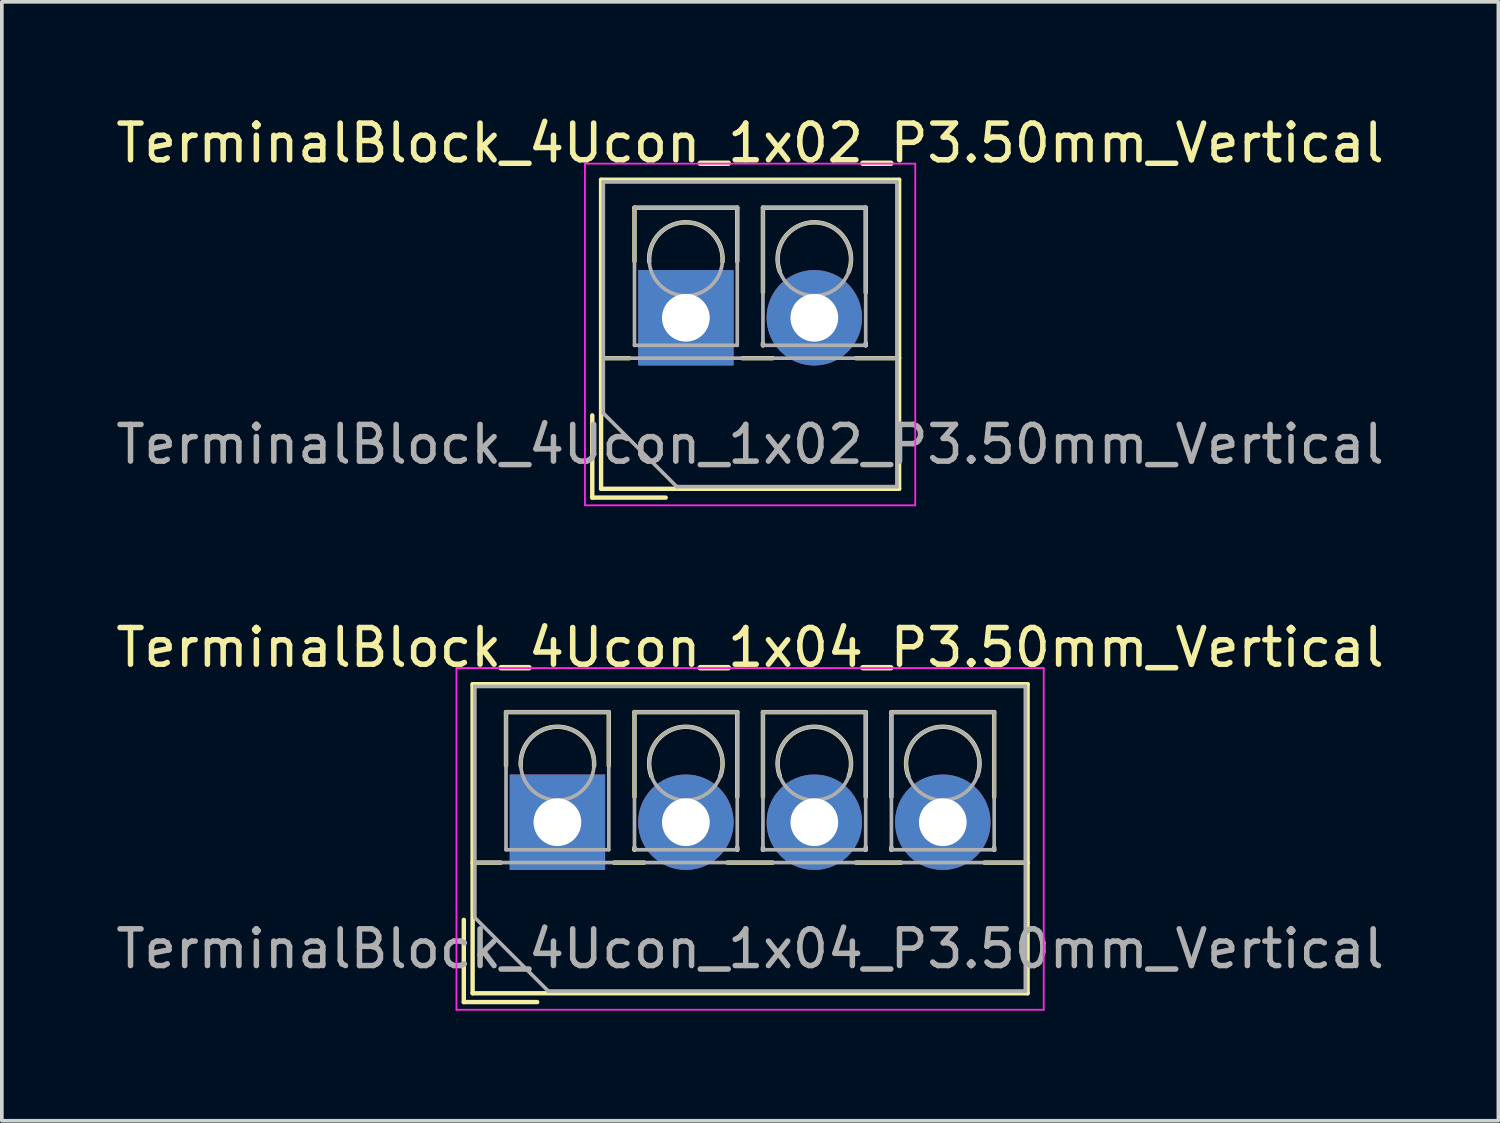
<source format=kicad_pcb>
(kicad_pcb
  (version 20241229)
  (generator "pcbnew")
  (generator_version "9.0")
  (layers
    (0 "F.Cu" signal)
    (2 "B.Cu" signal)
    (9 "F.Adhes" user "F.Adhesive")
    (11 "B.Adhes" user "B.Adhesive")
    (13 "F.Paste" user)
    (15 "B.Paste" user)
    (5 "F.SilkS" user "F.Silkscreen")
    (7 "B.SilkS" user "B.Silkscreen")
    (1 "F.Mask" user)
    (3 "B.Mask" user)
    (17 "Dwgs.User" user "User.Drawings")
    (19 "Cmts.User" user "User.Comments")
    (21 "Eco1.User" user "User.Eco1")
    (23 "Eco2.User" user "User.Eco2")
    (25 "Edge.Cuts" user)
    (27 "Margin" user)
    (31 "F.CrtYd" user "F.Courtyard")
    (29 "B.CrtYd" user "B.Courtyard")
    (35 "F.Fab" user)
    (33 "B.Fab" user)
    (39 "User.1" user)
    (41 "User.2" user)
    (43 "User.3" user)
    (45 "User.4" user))
  (footprint "TerminalBlock_4Ucon_1x04_P3.50mm_Vertical"
    (layer "F.Cu")
    (at 12.137 19.352)
    (property "Reference" "TerminalBlock_4Ucon_1x04_P3.50mm_Vertical" (at 5.25 -4.76 0) (layer "F.SilkS") (effects (font (size 1 1) (thickness 0.15))))
    (attr through_hole)
    (fp_line (start -2.55 2.66) (end -2.55 4.9) (stroke (width 0.12) (type solid)) (layer "F.SilkS"))
    (fp_line (start -2.55 4.9) (end -0.55 4.9) (stroke (width 0.12) (type solid)) (layer "F.SilkS"))
    (fp_line (start -2.31 -3.76) (end -2.31 4.66) (stroke (width 0.12) (type solid)) (layer "F.SilkS"))
    (fp_line (start -2.31 -3.76) (end 12.81 -3.76) (stroke (width 0.12) (type solid)) (layer "F.SilkS"))
    (fp_line (start -2.31 1.101) (end -1.54 1.101) (stroke (width 0.12) (type solid)) (layer "F.SilkS"))
    (fp_line (start -2.31 4.66) (end 12.81 4.66) (stroke (width 0.12) (type solid)) (layer "F.SilkS"))
    (fp_line (start -1.4 -3) (end -1.4 -1.54) (stroke (width 0.12) (type solid)) (layer "F.SilkS"))
    (fp_line (start -1.4 -3) (end 1.4 -3) (stroke (width 0.12) (type solid)) (layer "F.SilkS"))
    (fp_line (start 1.4 -3) (end 1.4 -1.54) (stroke (width 0.12) (type solid)) (layer "F.SilkS"))
    (fp_line (start 1.54 1.101) (end 2.367 1.101) (stroke (width 0.12) (type solid)) (layer "F.SilkS"))
    (fp_line (start 2.1 -3) (end 2.1 -0.689) (stroke (width 0.12) (type solid)) (layer "F.SilkS"))
    (fp_line (start 2.1 -3) (end 4.9 -3) (stroke (width 0.12) (type solid)) (layer "F.SilkS"))
    (fp_line (start 2.1 0.689) (end 2.1 0.75) (stroke (width 0.12) (type solid)) (layer "F.SilkS"))
    (fp_line (start 2.1 0.75) (end 2.101 0.75) (stroke (width 0.12) (type solid)) (layer "F.SilkS"))
    (fp_line (start 4.634 1.101) (end 5.867 1.101) (stroke (width 0.12) (type solid)) (layer "F.SilkS"))
    (fp_line (start 4.9 -3) (end 4.9 -0.689) (stroke (width 0.12) (type solid)) (layer "F.SilkS"))
    (fp_line (start 4.9 0.689) (end 4.9 0.75) (stroke (width 0.12) (type solid)) (layer "F.SilkS"))
    (fp_line (start 4.9 0.75) (end 4.9 0.75) (stroke (width 0.12) (type solid)) (layer "F.SilkS"))
    (fp_line (start 5.6 -3) (end 5.6 -0.689) (stroke (width 0.12) (type solid)) (layer "F.SilkS"))
    (fp_line (start 5.6 -3) (end 8.4 -3) (stroke (width 0.12) (type solid)) (layer "F.SilkS"))
    (fp_line (start 5.6 0.689) (end 5.6 0.75) (stroke (width 0.12) (type solid)) (layer "F.SilkS"))
    (fp_line (start 5.6 0.75) (end 5.601 0.75) (stroke (width 0.12) (type solid)) (layer "F.SilkS"))
    (fp_line (start 8.134 1.101) (end 9.367 1.101) (stroke (width 0.12) (type solid)) (layer "F.SilkS"))
    (fp_line (start 8.4 -3) (end 8.4 -0.689) (stroke (width 0.12) (type solid)) (layer "F.SilkS"))
    (fp_line (start 8.4 0.689) (end 8.4 0.75) (stroke (width 0.12) (type solid)) (layer "F.SilkS"))
    (fp_line (start 8.4 0.75) (end 8.4 0.75) (stroke (width 0.12) (type solid)) (layer "F.SilkS"))
    (fp_line (start 9.1 -3) (end 9.1 -0.689) (stroke (width 0.12) (type solid)) (layer "F.SilkS"))
    (fp_line (start 9.1 -3) (end 11.9 -3) (stroke (width 0.12) (type solid)) (layer "F.SilkS"))
    (fp_line (start 9.1 0.689) (end 9.1 0.75) (stroke (width 0.12) (type solid)) (layer "F.SilkS"))
    (fp_line (start 9.1 0.75) (end 9.101 0.75) (stroke (width 0.12) (type solid)) (layer "F.SilkS"))
    (fp_line (start 11.634 1.101) (end 12.81 1.101) (stroke (width 0.12) (type solid)) (layer "F.SilkS"))
    (fp_line (start 11.9 -3) (end 11.9 -0.689) (stroke (width 0.12) (type solid)) (layer "F.SilkS"))
    (fp_line (start 11.9 0.689) (end 11.9 0.75) (stroke (width 0.12) (type solid)) (layer "F.SilkS"))
    (fp_line (start 11.9 0.75) (end 11.9 0.75) (stroke (width 0.12) (type solid)) (layer "F.SilkS"))
    (fp_line (start 12.81 -3.76) (end 12.81 4.66) (stroke (width 0.12) (type solid)) (layer "F.SilkS"))
    (fp_arc (start -0.99789 -1.529434) (mid -0.000785 -2.600382) (end 0.998 -1.531) (stroke (width 0.12) (type solid)) (layer "F.SilkS"))
    (fp_arc (start 2.560085 -1.257767) (mid 3.499876 -2.600282) (end 4.44 -1.258) (stroke (width 0.12) (type solid)) (layer "F.SilkS"))
    (fp_arc (start 6.060085 -1.257767) (mid 6.999876 -2.600282) (end 7.94 -1.258) (stroke (width 0.12) (type solid)) (layer "F.SilkS"))
    (fp_arc (start 9.560085 -1.257767) (mid 10.499876 -2.600282) (end 11.44 -1.258) (stroke (width 0.12) (type solid)) (layer "F.SilkS"))
    (fp_line (start -2.75 -4.2) (end -2.75 5.11) (stroke (width 0.05) (type solid)) (layer "F.CrtYd"))
    (fp_line (start -2.75 5.11) (end 13.25 5.11) (stroke (width 0.05) (type solid)) (layer "F.CrtYd"))
    (fp_line (start 13.25 -4.2) (end -2.75 -4.2) (stroke (width 0.05) (type solid)) (layer "F.CrtYd"))
    (fp_line (start 13.25 5.11) (end 13.25 -4.2) (stroke (width 0.05) (type solid)) (layer "F.CrtYd"))
    (fp_line (start -2.25 -3.7) (end 12.75 -3.7) (stroke (width 0.1) (type solid)) (layer "F.Fab"))
    (fp_line (start -2.25 1.1) (end 12.75 1.1) (stroke (width 0.1) (type solid)) (layer "F.Fab"))
    (fp_line (start -2.25 2.6) (end -2.25 -3.7) (stroke (width 0.1) (type solid)) (layer "F.Fab"))
    (fp_line (start -1.4 -3) (end -1.4 0.75) (stroke (width 0.1) (type solid)) (layer "F.Fab"))
    (fp_line (start -1.4 0.75) (end 1.4 0.75) (stroke (width 0.1) (type solid)) (layer "F.Fab"))
    (fp_line (start -0.25 4.6) (end -2.25 2.6) (stroke (width 0.1) (type solid)) (layer "F.Fab"))
    (fp_line (start 1.4 -3) (end -1.4 -3) (stroke (width 0.1) (type solid)) (layer "F.Fab"))
    (fp_line (start 1.4 0.75) (end 1.4 -3) (stroke (width 0.1) (type solid)) (layer "F.Fab"))
    (fp_line (start 2.1 -3) (end 2.1 0.75) (stroke (width 0.1) (type solid)) (layer "F.Fab"))
    (fp_line (start 2.1 0.75) (end 4.9 0.75) (stroke (width 0.1) (type solid)) (layer "F.Fab"))
    (fp_line (start 4.9 -3) (end 2.1 -3) (stroke (width 0.1) (type solid)) (layer "F.Fab"))
    (fp_line (start 4.9 0.75) (end 4.9 -3) (stroke (width 0.1) (type solid)) (layer "F.Fab"))
    (fp_line (start 5.6 -3) (end 5.6 0.75) (stroke (width 0.1) (type solid)) (layer "F.Fab"))
    (fp_line (start 5.6 0.75) (end 8.4 0.75) (stroke (width 0.1) (type solid)) (layer "F.Fab"))
    (fp_line (start 8.4 -3) (end 5.6 -3) (stroke (width 0.1) (type solid)) (layer "F.Fab"))
    (fp_line (start 8.4 0.75) (end 8.4 -3) (stroke (width 0.1) (type solid)) (layer "F.Fab"))
    (fp_line (start 9.1 -3) (end 9.1 0.75) (stroke (width 0.1) (type solid)) (layer "F.Fab"))
    (fp_line (start 9.1 0.75) (end 11.9 0.75) (stroke (width 0.1) (type solid)) (layer "F.Fab"))
    (fp_line (start 11.9 -3) (end 9.1 -3) (stroke (width 0.1) (type solid)) (layer "F.Fab"))
    (fp_line (start 11.9 0.75) (end 11.9 -3) (stroke (width 0.1) (type solid)) (layer "F.Fab"))
    (fp_line (start 12.75 -3.7) (end 12.75 4.6) (stroke (width 0.1) (type solid)) (layer "F.Fab"))
    (fp_line (start 12.75 4.6) (end -0.25 4.6) (stroke (width 0.1) (type solid)) (layer "F.Fab"))
    (fp_circle (center 0 -1.6) (end 1 -1.6) (stroke (width 0.1) (type solid)) (fill no) (layer "F.Fab"))
    (fp_circle (center 3.5 -1.6) (end 4.5 -1.6) (stroke (width 0.1) (type solid)) (fill no) (layer "F.Fab"))
    (fp_circle (center 7 -1.6) (end 8 -1.6) (stroke (width 0.1) (type solid)) (fill no) (layer "F.Fab"))
    (fp_circle (center 10.5 -1.6) (end 11.5 -1.6) (stroke (width 0.1) (type solid)) (fill no) (layer "F.Fab"))
    (fp_text user "${REFERENCE}" (at 5.25 3.45 0) (layer "F.Fab") (effects (font (size 1 1) (thickness 0.15))))
    (pad "1" thru_hole rect (at 0 0) (size 2.6 2.6) (drill 1.3) (layers "*.Cu" "*.Mask"))
    (pad "2" thru_hole circle (at 3.5 0) (size 2.6 2.6) (drill 1.3) (layers "*.Cu" "*.Mask"))
    (pad "3" thru_hole circle (at 7 0) (size 2.6 2.6) (drill 1.3) (layers "*.Cu" "*.Mask"))
    (pad "4" thru_hole circle (at 10.5 0) (size 2.6 2.6) (drill 1.3) (layers "*.Cu" "*.Mask")))
  (footprint "TerminalBlock_4Ucon_1x02_P3.50mm_Vertical"
    (layer "F.Cu")
    (at 15.637 5.608)
    (property "Reference" "TerminalBlock_4Ucon_1x02_P3.50mm_Vertical" (at 1.75 -4.76 0) (layer "F.SilkS") (effects (font (size 1 1) (thickness 0.15))))
    (attr through_hole)
    (fp_line (start -2.55 2.66) (end -2.55 4.9) (stroke (width 0.12) (type solid)) (layer "F.SilkS"))
    (fp_line (start -2.55 4.9) (end -0.55 4.9) (stroke (width 0.12) (type solid)) (layer "F.SilkS"))
    (fp_line (start -2.31 -3.76) (end -2.31 4.66) (stroke (width 0.12) (type solid)) (layer "F.SilkS"))
    (fp_line (start -2.31 -3.76) (end 5.81 -3.76) (stroke (width 0.12) (type solid)) (layer "F.SilkS"))
    (fp_line (start -2.31 1.101) (end -1.54 1.101) (stroke (width 0.12) (type solid)) (layer "F.SilkS"))
    (fp_line (start -2.31 4.66) (end 5.81 4.66) (stroke (width 0.12) (type solid)) (layer "F.SilkS"))
    (fp_line (start -1.4 -3) (end -1.4 -1.54) (stroke (width 0.12) (type solid)) (layer "F.SilkS"))
    (fp_line (start -1.4 -3) (end 1.4 -3) (stroke (width 0.12) (type solid)) (layer "F.SilkS"))
    (fp_line (start 1.4 -3) (end 1.4 -1.54) (stroke (width 0.12) (type solid)) (layer "F.SilkS"))
    (fp_line (start 1.54 1.101) (end 2.367 1.101) (stroke (width 0.12) (type solid)) (layer "F.SilkS"))
    (fp_line (start 2.1 -3) (end 2.1 -0.689) (stroke (width 0.12) (type solid)) (layer "F.SilkS"))
    (fp_line (start 2.1 -3) (end 4.9 -3) (stroke (width 0.12) (type solid)) (layer "F.SilkS"))
    (fp_line (start 2.1 0.689) (end 2.1 0.75) (stroke (width 0.12) (type solid)) (layer "F.SilkS"))
    (fp_line (start 2.1 0.75) (end 2.101 0.75) (stroke (width 0.12) (type solid)) (layer "F.SilkS"))
    (fp_line (start 4.634 1.101) (end 5.81 1.101) (stroke (width 0.12) (type solid)) (layer "F.SilkS"))
    (fp_line (start 4.9 -3) (end 4.9 -0.689) (stroke (width 0.12) (type solid)) (layer "F.SilkS"))
    (fp_line (start 4.9 0.689) (end 4.9 0.75) (stroke (width 0.12) (type solid)) (layer "F.SilkS"))
    (fp_line (start 4.9 0.75) (end 4.9 0.75) (stroke (width 0.12) (type solid)) (layer "F.SilkS"))
    (fp_line (start 5.81 -3.76) (end 5.81 4.66) (stroke (width 0.12) (type solid)) (layer "F.SilkS"))
    (fp_arc (start -0.99789 -1.529434) (mid -0.000785 -2.600382) (end 0.998 -1.531) (stroke (width 0.12) (type solid)) (layer "F.SilkS"))
    (fp_arc (start 2.560085 -1.257767) (mid 3.499876 -2.600282) (end 4.44 -1.258) (stroke (width 0.12) (type solid)) (layer "F.SilkS"))
    (fp_line (start -2.75 -4.2) (end -2.75 5.11) (stroke (width 0.05) (type solid)) (layer "F.CrtYd"))
    (fp_line (start -2.75 5.11) (end 6.25 5.11) (stroke (width 0.05) (type solid)) (layer "F.CrtYd"))
    (fp_line (start 6.25 -4.2) (end -2.75 -4.2) (stroke (width 0.05) (type solid)) (layer "F.CrtYd"))
    (fp_line (start 6.25 5.11) (end 6.25 -4.2) (stroke (width 0.05) (type solid)) (layer "F.CrtYd"))
    (fp_line (start -2.25 -3.7) (end 5.75 -3.7) (stroke (width 0.1) (type solid)) (layer "F.Fab"))
    (fp_line (start -2.25 1.1) (end 5.75 1.1) (stroke (width 0.1) (type solid)) (layer "F.Fab"))
    (fp_line (start -2.25 2.6) (end -2.25 -3.7) (stroke (width 0.1) (type solid)) (layer "F.Fab"))
    (fp_line (start -1.4 -3) (end -1.4 0.75) (stroke (width 0.1) (type solid)) (layer "F.Fab"))
    (fp_line (start -1.4 0.75) (end 1.4 0.75) (stroke (width 0.1) (type solid)) (layer "F.Fab"))
    (fp_line (start -0.25 4.6) (end -2.25 2.6) (stroke (width 0.1) (type solid)) (layer "F.Fab"))
    (fp_line (start 1.4 -3) (end -1.4 -3) (stroke (width 0.1) (type solid)) (layer "F.Fab"))
    (fp_line (start 1.4 0.75) (end 1.4 -3) (stroke (width 0.1) (type solid)) (layer "F.Fab"))
    (fp_line (start 2.1 -3) (end 2.1 0.75) (stroke (width 0.1) (type solid)) (layer "F.Fab"))
    (fp_line (start 2.1 0.75) (end 4.9 0.75) (stroke (width 0.1) (type solid)) (layer "F.Fab"))
    (fp_line (start 4.9 -3) (end 2.1 -3) (stroke (width 0.1) (type solid)) (layer "F.Fab"))
    (fp_line (start 4.9 0.75) (end 4.9 -3) (stroke (width 0.1) (type solid)) (layer "F.Fab"))
    (fp_line (start 5.75 -3.7) (end 5.75 4.6) (stroke (width 0.1) (type solid)) (layer "F.Fab"))
    (fp_line (start 5.75 4.6) (end -0.25 4.6) (stroke (width 0.1) (type solid)) (layer "F.Fab"))
    (fp_circle (center 0 -1.6) (end 1 -1.6) (stroke (width 0.1) (type solid)) (fill no) (layer "F.Fab"))
    (fp_circle (center 3.5 -1.6) (end 4.5 -1.6) (stroke (width 0.1) (type solid)) (fill no) (layer "F.Fab"))
    (fp_text user "${REFERENCE}" (at 1.75 3.45 0) (layer "F.Fab") (effects (font (size 1 1) (thickness 0.15))))
    (pad "1" thru_hole rect (at 0 0) (size 2.6 2.6) (drill 1.3) (layers "*.Cu" "*.Mask"))
    (pad "2" thru_hole circle (at 3.5 0) (size 2.6 2.6) (drill 1.3) (layers "*.Cu" "*.Mask")))
  (gr_rect
    (start -3 -3)
    (end 37.774 27.486)
    (stroke (width 0.1) (type default))
    (fill no)
    (layer "Edge.Cuts")))
</source>
